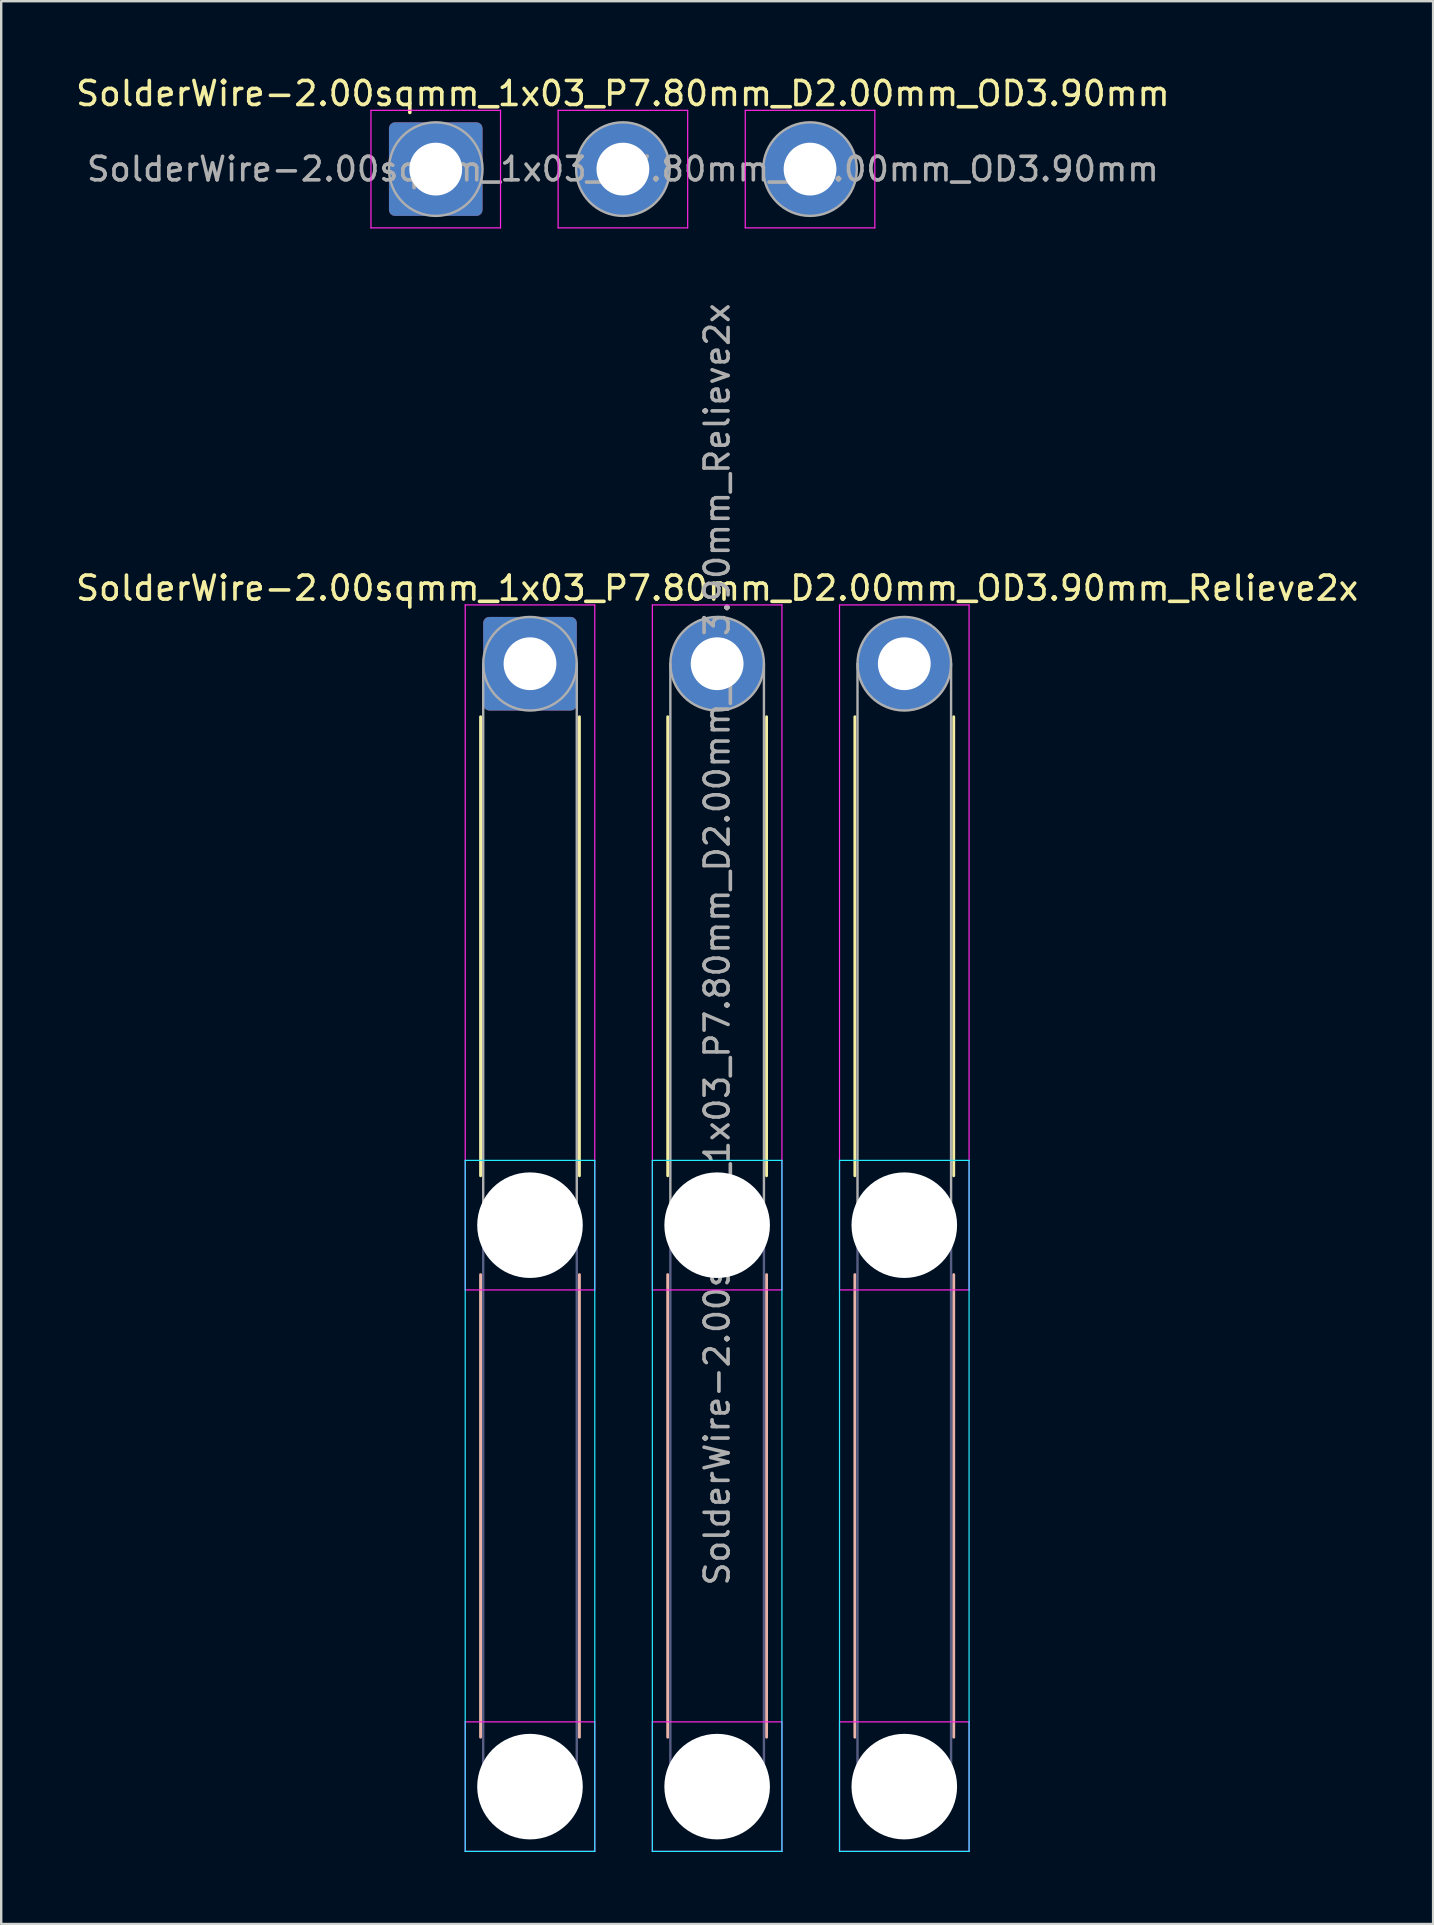
<source format=kicad_pcb>
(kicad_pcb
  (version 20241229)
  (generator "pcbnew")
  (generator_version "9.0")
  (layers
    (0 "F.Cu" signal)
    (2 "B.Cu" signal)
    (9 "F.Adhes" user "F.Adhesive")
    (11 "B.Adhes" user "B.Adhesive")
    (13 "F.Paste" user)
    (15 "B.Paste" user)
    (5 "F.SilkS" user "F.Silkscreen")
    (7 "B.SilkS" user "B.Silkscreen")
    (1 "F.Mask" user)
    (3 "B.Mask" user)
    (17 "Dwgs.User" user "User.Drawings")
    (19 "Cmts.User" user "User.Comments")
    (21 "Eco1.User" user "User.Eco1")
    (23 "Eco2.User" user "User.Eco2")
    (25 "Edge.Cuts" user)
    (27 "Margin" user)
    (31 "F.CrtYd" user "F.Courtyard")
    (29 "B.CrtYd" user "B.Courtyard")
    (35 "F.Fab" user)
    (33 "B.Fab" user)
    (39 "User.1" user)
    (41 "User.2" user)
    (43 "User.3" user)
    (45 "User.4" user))
  (footprint "SolderWire-2.00sqmm_1x03_P7.80mm_D2.00mm_OD3.90mm"
    (layer "F.Cu")
    (at 15.111 3.998)
    (property "Reference" "SolderWire-2.00sqmm_1x03_P7.80mm_D2.00mm_OD3.90mm" (at 7.8 -3.15 0) (layer "F.SilkS") (effects (font (size 1 1) (thickness 0.15))))
    (attr exclude_from_pos_files exclude_from_bom)
    (fp_line (start -2.7 -2.45) (end -2.7 2.45) (stroke (width 0.05) (type solid)) (layer "F.CrtYd"))
    (fp_line (start -2.7 2.45) (end 2.7 2.45) (stroke (width 0.05) (type solid)) (layer "F.CrtYd"))
    (fp_line (start 2.7 -2.45) (end -2.7 -2.45) (stroke (width 0.05) (type solid)) (layer "F.CrtYd"))
    (fp_line (start 2.7 2.45) (end 2.7 -2.45) (stroke (width 0.05) (type solid)) (layer "F.CrtYd"))
    (fp_line (start 5.1 -2.45) (end 5.1 2.45) (stroke (width 0.05) (type solid)) (layer "F.CrtYd"))
    (fp_line (start 5.1 2.45) (end 10.5 2.45) (stroke (width 0.05) (type solid)) (layer "F.CrtYd"))
    (fp_line (start 10.5 -2.45) (end 5.1 -2.45) (stroke (width 0.05) (type solid)) (layer "F.CrtYd"))
    (fp_line (start 10.5 2.45) (end 10.5 -2.45) (stroke (width 0.05) (type solid)) (layer "F.CrtYd"))
    (fp_line (start 12.9 -2.45) (end 12.9 2.45) (stroke (width 0.05) (type solid)) (layer "F.CrtYd"))
    (fp_line (start 12.9 2.45) (end 18.3 2.45) (stroke (width 0.05) (type solid)) (layer "F.CrtYd"))
    (fp_line (start 18.3 -2.45) (end 12.9 -2.45) (stroke (width 0.05) (type solid)) (layer "F.CrtYd"))
    (fp_line (start 18.3 2.45) (end 18.3 -2.45) (stroke (width 0.05) (type solid)) (layer "F.CrtYd"))
    (fp_circle (center 0 0) (end 1.95 0) (stroke (width 0.1) (type solid)) (fill no) (layer "F.Fab"))
    (fp_circle (center 7.8 0) (end 9.75 0) (stroke (width 0.1) (type solid)) (fill no) (layer "F.Fab"))
    (fp_circle (center 15.6 0) (end 17.55 0) (stroke (width 0.1) (type solid)) (fill no) (layer "F.Fab"))
    (fp_text user "${REFERENCE}" (at 7.8 0 0) (layer "F.Fab") (effects (font (size 0.98 0.98) (thickness 0.15))))
    (pad "1" thru_hole roundrect (at 0 0) (size 3.9 3.9) (drill 2.2) (layers "*.Cu" "*.Mask") (roundrect_rratio 0.064))
    (pad "2" thru_hole circle (at 7.8 0) (size 3.9 3.9) (drill 2.2) (layers "*.Cu" "*.Mask"))
    (pad "3" thru_hole circle (at 15.6 0) (size 3.9 3.9) (drill 2.2) (layers "*.Cu" "*.Mask")))
  (footprint "SolderWire-2.00sqmm_1x03_P7.80mm_D2.00mm_OD3.90mm_Relieve2x"
    (layer "F.Cu")
    (at 19.039 24.613)
    (property "Reference" "SolderWire-2.00sqmm_1x03_P7.80mm_D2.00mm_OD3.90mm_Relieve2x" (at 7.8 -3.15 0) (layer "F.SilkS") (effects (font (size 1 1) (thickness 0.15))))
    (attr exclude_from_pos_files exclude_from_bom)
    (fp_line (start -2.06 2.21) (end -2.06 21.34) (stroke (width 0.12) (type solid)) (layer "F.SilkS"))
    (fp_line (start 2.06 2.21) (end 2.06 21.34) (stroke (width 0.12) (type solid)) (layer "F.SilkS"))
    (fp_line (start 5.74 2.21) (end 5.74 21.34) (stroke (width 0.12) (type solid)) (layer "F.SilkS"))
    (fp_line (start 9.86 2.21) (end 9.86 21.34) (stroke (width 0.12) (type solid)) (layer "F.SilkS"))
    (fp_line (start 13.54 2.21) (end 13.54 21.34) (stroke (width 0.12) (type solid)) (layer "F.SilkS"))
    (fp_line (start 17.66 2.21) (end 17.66 21.34) (stroke (width 0.12) (type solid)) (layer "F.SilkS"))
    (fp_line (start -2.06 25.46) (end -2.06 44.74) (stroke (width 0.12) (type solid)) (layer "B.SilkS"))
    (fp_line (start 2.06 25.46) (end 2.06 44.74) (stroke (width 0.12) (type solid)) (layer "B.SilkS"))
    (fp_line (start 5.74 25.46) (end 5.74 44.74) (stroke (width 0.12) (type solid)) (layer "B.SilkS"))
    (fp_line (start 9.86 25.46) (end 9.86 44.74) (stroke (width 0.12) (type solid)) (layer "B.SilkS"))
    (fp_line (start 13.54 25.46) (end 13.54 44.74) (stroke (width 0.12) (type solid)) (layer "B.SilkS"))
    (fp_line (start 17.66 25.46) (end 17.66 44.74) (stroke (width 0.12) (type solid)) (layer "B.SilkS"))
    (fp_line (start -2.7 20.7) (end -2.7 49.5) (stroke (width 0.05) (type solid)) (layer "B.CrtYd"))
    (fp_line (start -2.7 49.5) (end 2.7 49.5) (stroke (width 0.05) (type solid)) (layer "B.CrtYd"))
    (fp_line (start 2.7 20.7) (end -2.7 20.7) (stroke (width 0.05) (type solid)) (layer "B.CrtYd"))
    (fp_line (start 2.7 49.5) (end 2.7 20.7) (stroke (width 0.05) (type solid)) (layer "B.CrtYd"))
    (fp_line (start 5.1 20.7) (end 5.1 49.5) (stroke (width 0.05) (type solid)) (layer "B.CrtYd"))
    (fp_line (start 5.1 49.5) (end 10.5 49.5) (stroke (width 0.05) (type solid)) (layer "B.CrtYd"))
    (fp_line (start 10.5 20.7) (end 5.1 20.7) (stroke (width 0.05) (type solid)) (layer "B.CrtYd"))
    (fp_line (start 10.5 49.5) (end 10.5 20.7) (stroke (width 0.05) (type solid)) (layer "B.CrtYd"))
    (fp_line (start 12.9 20.7) (end 12.9 49.5) (stroke (width 0.05) (type solid)) (layer "B.CrtYd"))
    (fp_line (start 12.9 49.5) (end 18.3 49.5) (stroke (width 0.05) (type solid)) (layer "B.CrtYd"))
    (fp_line (start 18.3 20.7) (end 12.9 20.7) (stroke (width 0.05) (type solid)) (layer "B.CrtYd"))
    (fp_line (start 18.3 49.5) (end 18.3 20.7) (stroke (width 0.05) (type solid)) (layer "B.CrtYd"))
    (fp_line (start -2.7 -2.45) (end -2.7 26.1) (stroke (width 0.05) (type solid)) (layer "F.CrtYd"))
    (fp_line (start -2.7 26.1) (end 2.7 26.1) (stroke (width 0.05) (type solid)) (layer "F.CrtYd"))
    (fp_line (start -2.7 44.1) (end -2.7 49.5) (stroke (width 0.05) (type solid)) (layer "F.CrtYd"))
    (fp_line (start -2.7 49.5) (end 2.7 49.5) (stroke (width 0.05) (type solid)) (layer "F.CrtYd"))
    (fp_line (start 2.7 -2.45) (end -2.7 -2.45) (stroke (width 0.05) (type solid)) (layer "F.CrtYd"))
    (fp_line (start 2.7 26.1) (end 2.7 -2.45) (stroke (width 0.05) (type solid)) (layer "F.CrtYd"))
    (fp_line (start 2.7 44.1) (end -2.7 44.1) (stroke (width 0.05) (type solid)) (layer "F.CrtYd"))
    (fp_line (start 2.7 49.5) (end 2.7 44.1) (stroke (width 0.05) (type solid)) (layer "F.CrtYd"))
    (fp_line (start 5.1 -2.45) (end 5.1 26.1) (stroke (width 0.05) (type solid)) (layer "F.CrtYd"))
    (fp_line (start 5.1 26.1) (end 10.5 26.1) (stroke (width 0.05) (type solid)) (layer "F.CrtYd"))
    (fp_line (start 5.1 44.1) (end 5.1 49.5) (stroke (width 0.05) (type solid)) (layer "F.CrtYd"))
    (fp_line (start 5.1 49.5) (end 10.5 49.5) (stroke (width 0.05) (type solid)) (layer "F.CrtYd"))
    (fp_line (start 10.5 -2.45) (end 5.1 -2.45) (stroke (width 0.05) (type solid)) (layer "F.CrtYd"))
    (fp_line (start 10.5 26.1) (end 10.5 -2.45) (stroke (width 0.05) (type solid)) (layer "F.CrtYd"))
    (fp_line (start 10.5 44.1) (end 5.1 44.1) (stroke (width 0.05) (type solid)) (layer "F.CrtYd"))
    (fp_line (start 10.5 49.5) (end 10.5 44.1) (stroke (width 0.05) (type solid)) (layer "F.CrtYd"))
    (fp_line (start 12.9 -2.45) (end 12.9 26.1) (stroke (width 0.05) (type solid)) (layer "F.CrtYd"))
    (fp_line (start 12.9 26.1) (end 18.3 26.1) (stroke (width 0.05) (type solid)) (layer "F.CrtYd"))
    (fp_line (start 12.9 44.1) (end 12.9 49.5) (stroke (width 0.05) (type solid)) (layer "F.CrtYd"))
    (fp_line (start 12.9 49.5) (end 18.3 49.5) (stroke (width 0.05) (type solid)) (layer "F.CrtYd"))
    (fp_line (start 18.3 -2.45) (end 12.9 -2.45) (stroke (width 0.05) (type solid)) (layer "F.CrtYd"))
    (fp_line (start 18.3 26.1) (end 18.3 -2.45) (stroke (width 0.05) (type solid)) (layer "F.CrtYd"))
    (fp_line (start 18.3 44.1) (end 12.9 44.1) (stroke (width 0.05) (type solid)) (layer "F.CrtYd"))
    (fp_line (start 18.3 49.5) (end 18.3 44.1) (stroke (width 0.05) (type solid)) (layer "F.CrtYd"))
    (fp_line (start -1.95 23.4) (end -1.95 46.8) (stroke (width 0.1) (type solid)) (layer "B.Fab"))
    (fp_line (start 1.95 23.4) (end 1.95 46.8) (stroke (width 0.1) (type solid)) (layer "B.Fab"))
    (fp_line (start 5.85 23.4) (end 5.85 46.8) (stroke (width 0.1) (type solid)) (layer "B.Fab"))
    (fp_line (start 9.75 23.4) (end 9.75 46.8) (stroke (width 0.1) (type solid)) (layer "B.Fab"))
    (fp_line (start 13.65 23.4) (end 13.65 46.8) (stroke (width 0.1) (type solid)) (layer "B.Fab"))
    (fp_line (start 17.55 23.4) (end 17.55 46.8) (stroke (width 0.1) (type solid)) (layer "B.Fab"))
    (fp_circle (center 0 23.4) (end 1.95 23.4) (stroke (width 0.1) (type solid)) (fill no) (layer "B.Fab"))
    (fp_circle (center 0 46.8) (end 1.95 46.8) (stroke (width 0.1) (type solid)) (fill no) (layer "B.Fab"))
    (fp_circle (center 7.8 23.4) (end 9.75 23.4) (stroke (width 0.1) (type solid)) (fill no) (layer "B.Fab"))
    (fp_circle (center 7.8 46.8) (end 9.75 46.8) (stroke (width 0.1) (type solid)) (fill no) (layer "B.Fab"))
    (fp_circle (center 15.6 23.4) (end 17.55 23.4) (stroke (width 0.1) (type solid)) (fill no) (layer "B.Fab"))
    (fp_circle (center 15.6 46.8) (end 17.55 46.8) (stroke (width 0.1) (type solid)) (fill no) (layer "B.Fab"))
    (fp_line (start -1.95 0) (end -1.95 23.4) (stroke (width 0.1) (type solid)) (layer "F.Fab"))
    (fp_line (start 1.95 0) (end 1.95 23.4) (stroke (width 0.1) (type solid)) (layer "F.Fab"))
    (fp_line (start 5.85 0) (end 5.85 23.4) (stroke (width 0.1) (type solid)) (layer "F.Fab"))
    (fp_line (start 9.75 0) (end 9.75 23.4) (stroke (width 0.1) (type solid)) (layer "F.Fab"))
    (fp_line (start 13.65 0) (end 13.65 23.4) (stroke (width 0.1) (type solid)) (layer "F.Fab"))
    (fp_line (start 17.55 0) (end 17.55 23.4) (stroke (width 0.1) (type solid)) (layer "F.Fab"))
    (fp_circle (center 0 0) (end 1.95 0) (stroke (width 0.1) (type solid)) (fill no) (layer "F.Fab"))
    (fp_circle (center 0 23.4) (end 1.95 23.4) (stroke (width 0.1) (type solid)) (fill no) (layer "F.Fab"))
    (fp_circle (center 0 46.8) (end 1.95 46.8) (stroke (width 0.1) (type solid)) (fill no) (layer "F.Fab"))
    (fp_circle (center 7.8 0) (end 9.75 0) (stroke (width 0.1) (type solid)) (fill no) (layer "F.Fab"))
    (fp_circle (center 7.8 23.4) (end 9.75 23.4) (stroke (width 0.1) (type solid)) (fill no) (layer "F.Fab"))
    (fp_circle (center 7.8 46.8) (end 9.75 46.8) (stroke (width 0.1) (type solid)) (fill no) (layer "F.Fab"))
    (fp_circle (center 15.6 0) (end 17.55 0) (stroke (width 0.1) (type solid)) (fill no) (layer "F.Fab"))
    (fp_circle (center 15.6 23.4) (end 17.55 23.4) (stroke (width 0.1) (type solid)) (fill no) (layer "F.Fab"))
    (fp_circle (center 15.6 46.8) (end 17.55 46.8) (stroke (width 0.1) (type solid)) (fill no) (layer "F.Fab"))
    (fp_text user "${REFERENCE}" (at 7.8 11.7 90) (layer "F.Fab") (effects (font (size 1 1) (thickness 0.15))))
    (pad "" np_thru_hole circle (at 0 23.4) (size 4.4 4.4) (drill 4.4) (layers "*.Cu" "*.Mask"))
    (pad "" np_thru_hole circle (at 0 46.8) (size 4.4 4.4) (drill 4.4) (layers "*.Cu" "*.Mask"))
    (pad "" np_thru_hole circle (at 7.8 23.4) (size 4.4 4.4) (drill 4.4) (layers "*.Cu" "*.Mask"))
    (pad "" np_thru_hole circle (at 7.8 46.8) (size 4.4 4.4) (drill 4.4) (layers "*.Cu" "*.Mask"))
    (pad "" np_thru_hole circle (at 15.6 23.4) (size 4.4 4.4) (drill 4.4) (layers "*.Cu" "*.Mask"))
    (pad "" np_thru_hole circle (at 15.6 46.8) (size 4.4 4.4) (drill 4.4) (layers "*.Cu" "*.Mask"))
    (pad "1" thru_hole roundrect (at 0 0) (size 3.9 3.9) (drill 2.2) (layers "*.Cu" "*.Mask") (roundrect_rratio 0.064))
    (pad "2" thru_hole circle (at 7.8 0) (size 3.9 3.9) (drill 2.2) (layers "*.Cu" "*.Mask"))
    (pad "3" thru_hole circle (at 15.6 0) (size 3.9 3.9) (drill 2.2) (layers "*.Cu" "*.Mask")))
  (gr_rect
    (start -3 -3)
    (end 56.679 77.138)
    (stroke (width 0.1) (type default))
    (fill no)
    (layer "Edge.Cuts")))
</source>
